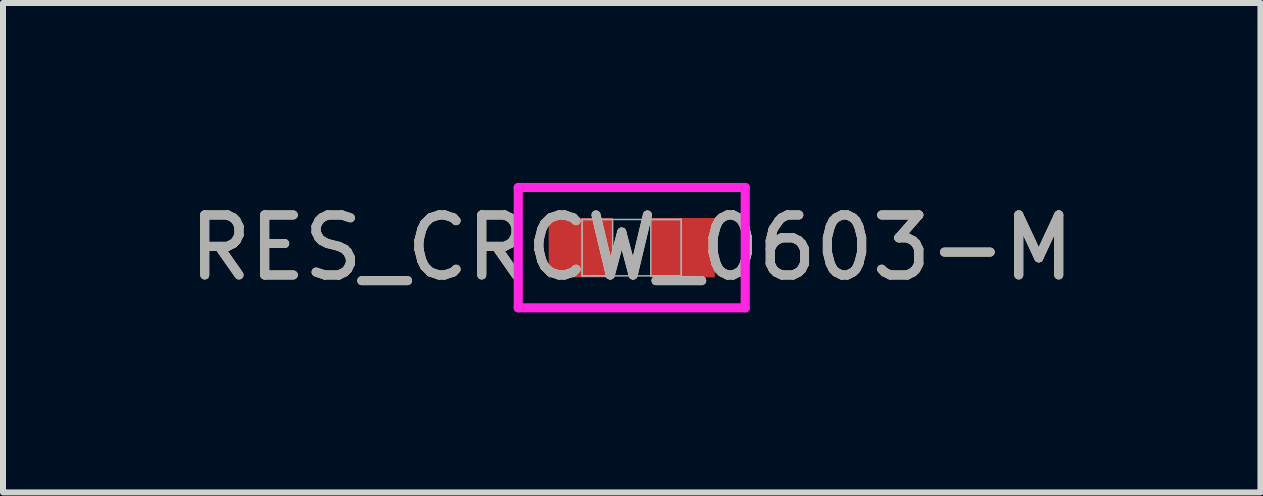
<source format=kicad_pcb>
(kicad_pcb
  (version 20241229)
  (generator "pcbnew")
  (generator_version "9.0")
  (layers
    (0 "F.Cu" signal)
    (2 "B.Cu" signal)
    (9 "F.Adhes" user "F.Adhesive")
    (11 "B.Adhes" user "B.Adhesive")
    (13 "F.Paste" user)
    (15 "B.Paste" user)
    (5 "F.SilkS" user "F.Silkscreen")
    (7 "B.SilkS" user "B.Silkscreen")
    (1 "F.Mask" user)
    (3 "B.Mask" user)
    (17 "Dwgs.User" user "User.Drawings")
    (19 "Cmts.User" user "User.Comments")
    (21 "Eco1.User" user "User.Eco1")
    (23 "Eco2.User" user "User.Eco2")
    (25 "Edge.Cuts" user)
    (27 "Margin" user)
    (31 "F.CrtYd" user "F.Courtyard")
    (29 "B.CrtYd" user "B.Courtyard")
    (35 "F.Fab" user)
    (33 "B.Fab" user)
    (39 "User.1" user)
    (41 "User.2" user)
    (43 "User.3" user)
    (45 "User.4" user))
  (footprint "RES_CRCW_0603-M"
    (layer "F.Cu")
    (at 7.482 1.079)
    (property "Reference" "RES_CRCW_0603-M" (at 0 0 0) (unlocked yes) (layer "F.SilkS") (effects (font (size 1 1) (thickness 0.15))))
    (attr smd)
    (fp_line (start -1.892 -1.003) (end 1.892 -1.003) (stroke (width 0.152) (type solid)) (layer "F.CrtYd"))
    (fp_line (start -1.892 1.003) (end -1.892 -1.003) (stroke (width 0.152) (type solid)) (layer "F.CrtYd"))
    (fp_line (start 1.892 -1.003) (end 1.892 1.003) (stroke (width 0.152) (type solid)) (layer "F.CrtYd"))
    (fp_line (start 1.892 1.003) (end -1.892 1.003) (stroke (width 0.152) (type solid)) (layer "F.CrtYd"))
    (fp_line (start -0.826 -0.47) (end -0.826 0.47) (stroke (width 0.025) (type solid)) (layer "F.Fab"))
    (fp_line (start -0.826 -0.47) (end -0.826 0.47) (stroke (width 0.025) (type solid)) (layer "F.Fab"))
    (fp_line (start -0.826 0.47) (end -0.318 0.47) (stroke (width 0.025) (type solid)) (layer "F.Fab"))
    (fp_line (start -0.826 0.47) (end 0.826 0.47) (stroke (width 0.025) (type solid)) (layer "F.Fab"))
    (fp_line (start -0.318 -0.47) (end -0.826 -0.47) (stroke (width 0.025) (type solid)) (layer "F.Fab"))
    (fp_line (start -0.318 0.47) (end -0.318 -0.47) (stroke (width 0.025) (type solid)) (layer "F.Fab"))
    (fp_line (start 0.318 -0.47) (end 0.318 0.47) (stroke (width 0.025) (type solid)) (layer "F.Fab"))
    (fp_line (start 0.318 0.47) (end 0.826 0.47) (stroke (width 0.025) (type solid)) (layer "F.Fab"))
    (fp_line (start 0.826 -0.47) (end -0.826 -0.47) (stroke (width 0.025) (type solid)) (layer "F.Fab"))
    (fp_line (start 0.826 -0.47) (end 0.318 -0.47) (stroke (width 0.025) (type solid)) (layer "F.Fab"))
    (fp_line (start 0.826 0.47) (end 0.826 -0.47) (stroke (width 0.025) (type solid)) (layer "F.Fab"))
    (fp_line (start 0.826 0.47) (end 0.826 -0.47) (stroke (width 0.025) (type solid)) (layer "F.Fab"))
    (fp_text user "${REFERENCE}" (at 0 0 0) (unlocked yes) (layer "F.Fab") (effects (font (size 1 1) (thickness 0.15))))
    (pad "1" smd rect (at -0.851 0) (size 1.067 0.991) (layers "F.Cu" "F.Mask" "F.Paste"))
    (pad "2" smd rect (at 0.851 0) (size 1.067 0.991) (layers "F.Cu" "F.Mask" "F.Paste"))
    (zone (net_name "") (layer "F.Cu") (hatch full 0.508) (connect_pads) (min_thickness 0.254) (filled_areas_thickness no) (keepout (tracks not_allowed) (vias not_allowed) (pads allowed) (copperpour not_allowed) (footprints allowed)) (placement (enabled no)) (fill) (polygon (pts (xy 7.215 0.66) (xy 7.749 0.66) (xy 7.749 1.499) (xy 7.215 1.499)))))
  (gr_rect
    (start -3 -3)
    (end 17.964 5.159)
    (stroke (width 0.1) (type default))
    (fill no)
    (layer "Edge.Cuts")))
</source>
